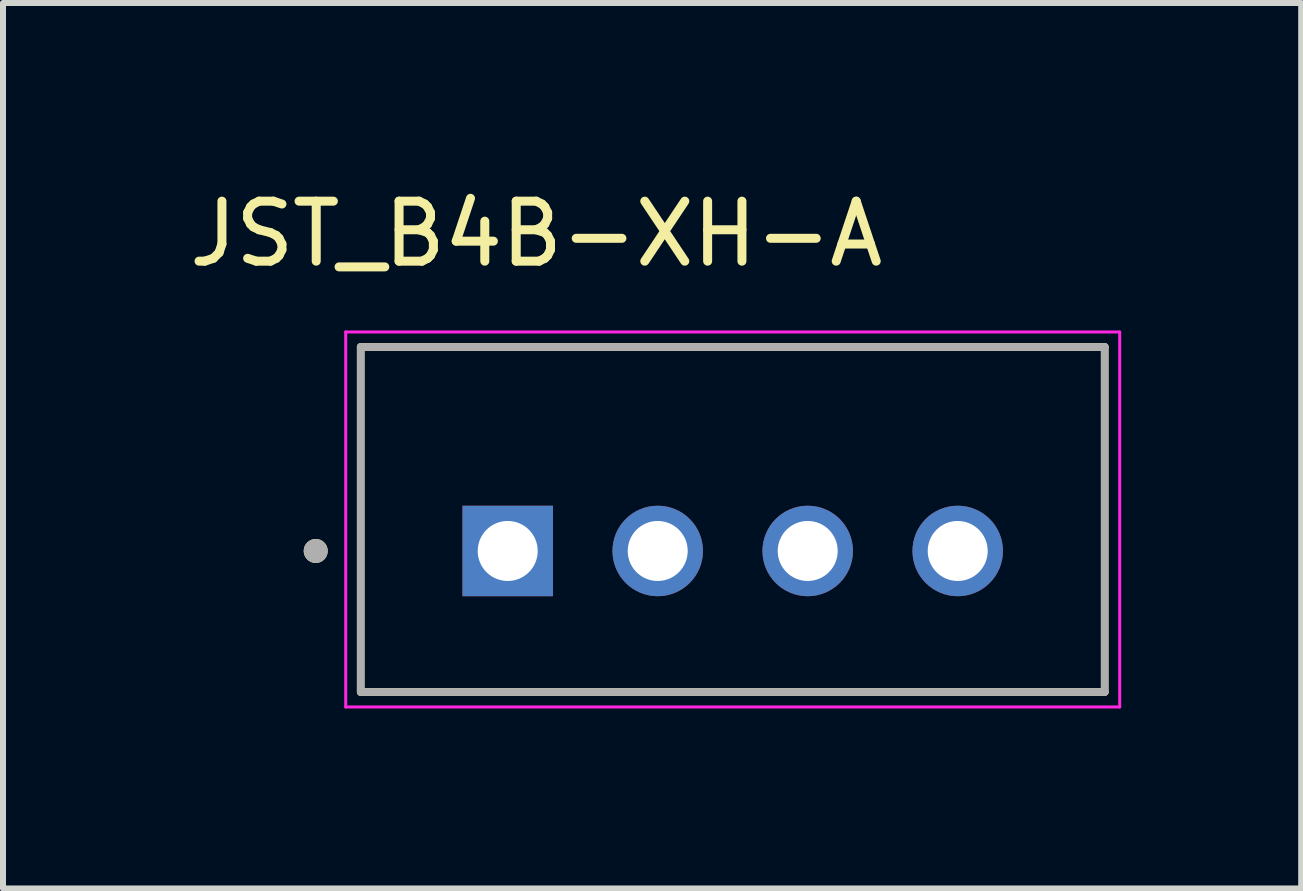
<source format=kicad_pcb>
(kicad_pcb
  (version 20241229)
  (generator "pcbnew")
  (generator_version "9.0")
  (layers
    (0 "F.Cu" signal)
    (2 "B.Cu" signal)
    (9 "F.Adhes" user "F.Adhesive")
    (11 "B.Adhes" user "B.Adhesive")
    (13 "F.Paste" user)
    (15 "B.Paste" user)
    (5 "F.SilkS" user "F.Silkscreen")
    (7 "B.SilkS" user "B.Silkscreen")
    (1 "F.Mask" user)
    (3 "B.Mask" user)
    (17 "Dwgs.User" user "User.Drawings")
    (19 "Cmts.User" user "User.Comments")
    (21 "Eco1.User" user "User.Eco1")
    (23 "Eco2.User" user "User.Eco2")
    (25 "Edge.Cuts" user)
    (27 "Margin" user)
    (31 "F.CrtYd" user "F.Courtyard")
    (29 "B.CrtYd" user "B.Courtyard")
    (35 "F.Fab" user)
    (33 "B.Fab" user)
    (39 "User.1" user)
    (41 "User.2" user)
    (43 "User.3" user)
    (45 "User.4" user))
  (footprint "JST_B4B-XH-A"
    (layer "F.Cu")
    (at 9.162 5.608)
    (property "Reference" "JST_B4B-XH-A" (at -3.275 -4.76 0) (layer "F.SilkS") (effects (font (size 1 1) (thickness 0.15))))
    (attr through_hole)
    (fp_line (start -6.2 -2.875) (end 6.2 -2.875) (stroke (width 0.127) (type solid)) (layer "F.SilkS"))
    (fp_line (start -6.2 2.875) (end -6.2 -2.875) (stroke (width 0.127) (type solid)) (layer "F.SilkS"))
    (fp_line (start 6.2 -2.875) (end 6.2 2.875) (stroke (width 0.127) (type solid)) (layer "F.SilkS"))
    (fp_line (start 6.2 2.875) (end -6.2 2.875) (stroke (width 0.127) (type solid)) (layer "F.SilkS"))
    (fp_circle (center -6.95 0.525) (end -6.85 0.525) (stroke (width 0.2) (type solid)) (fill no) (layer "F.SilkS"))
    (fp_line (start -6.45 -3.125) (end -6.45 3.125) (stroke (width 0.05) (type solid)) (layer "F.CrtYd"))
    (fp_line (start -6.45 3.125) (end 6.45 3.125) (stroke (width 0.05) (type solid)) (layer "F.CrtYd"))
    (fp_line (start 6.45 -3.125) (end -6.45 -3.125) (stroke (width 0.05) (type solid)) (layer "F.CrtYd"))
    (fp_line (start 6.45 3.125) (end 6.45 -3.125) (stroke (width 0.05) (type solid)) (layer "F.CrtYd"))
    (fp_line (start -6.2 -2.875) (end 6.2 -2.875) (stroke (width 0.127) (type solid)) (layer "F.Fab"))
    (fp_line (start -6.2 2.875) (end -6.2 -2.875) (stroke (width 0.127) (type solid)) (layer "F.Fab"))
    (fp_line (start 6.2 -2.875) (end 6.2 2.875) (stroke (width 0.127) (type solid)) (layer "F.Fab"))
    (fp_line (start 6.2 2.875) (end -6.2 2.875) (stroke (width 0.127) (type solid)) (layer "F.Fab"))
    (fp_circle (center -6.95 0.525) (end -6.85 0.525) (stroke (width 0.2) (type solid)) (fill no) (layer "F.Fab"))
    (pad "1" thru_hole rect (at -3.75 0.525) (size 1.508 1.508) (drill 1) (layers "*.Cu" "*.Mask"))
    (pad "2" thru_hole circle (at -1.25 0.525) (size 1.508 1.508) (drill 1) (layers "*.Cu" "*.Mask"))
    (pad "3" thru_hole circle (at 1.25 0.525) (size 1.508 1.508) (drill 1) (layers "*.Cu" "*.Mask"))
    (pad "4" thru_hole circle (at 3.75 0.525) (size 1.508 1.508) (drill 1) (layers "*.Cu" "*.Mask")))
  (gr_rect
    (start -3 -3)
    (end 18.637 11.758)
    (stroke (width 0.1) (type default))
    (fill no)
    (layer "Edge.Cuts")))
</source>
